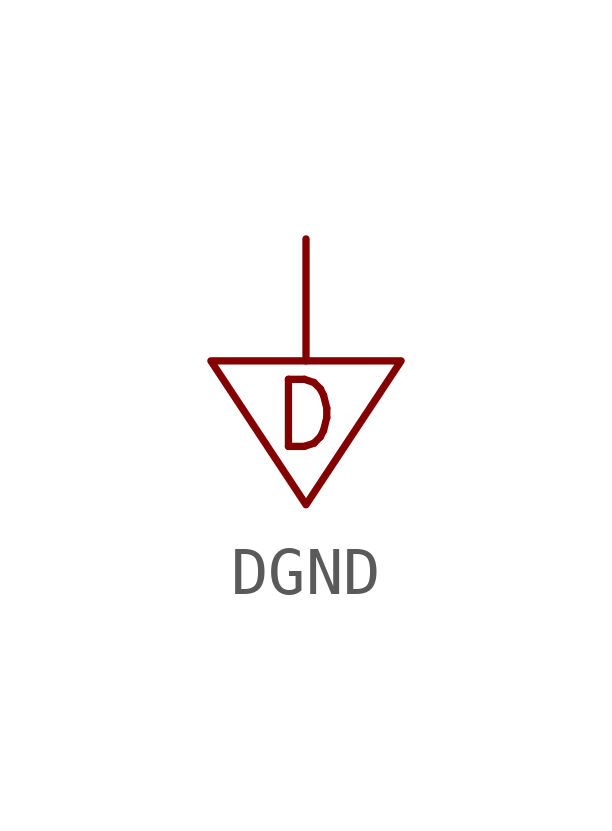
<source format=kicad_sym>
(kicad_symbol_lib
  (version 20231120)
  (generator "kicad_symbol_editor")
  (generator_version "8.0")
  (symbol "DGND"
    (power)
    (pin_numbers hide)
    (pin_names
      (offset 0) hide)
    (property "Reference" "#PWR"
      (at 0 1.27 0)
      (effects (font (size 1.524 1.524)) (hide yes)))
    (property "Footprint" ""
      (at 0 0 0)
      (effects (font (size 1.524 1.524))))
    (symbol "DGND_0_0"
      (text "D" (at 0 -3.683 0) (effects (font (size 1.397 1.397)))))
    (symbol "DGND_0_1"
      (polyline (pts (xy 0 0) (xy 0 -2.54)) (stroke (width 0) (type solid)) (fill (type none)))
      (polyline (pts (xy 0 -2.54) (xy 1.981 -2.54) (xy 0 -5.537) (xy -1.981 -2.54) (xy 1.981 -2.54)) (stroke (width 0) (type solid)) (fill (type none))))
    (symbol "DGND_1_1"
      (pin power_in line (at 0 0 270) (length 0) hide (name "GND" (effects (font (size 1.27 1.27)))) (number "1" (effects (font (size 1.27 1.27))))))))
</source>
